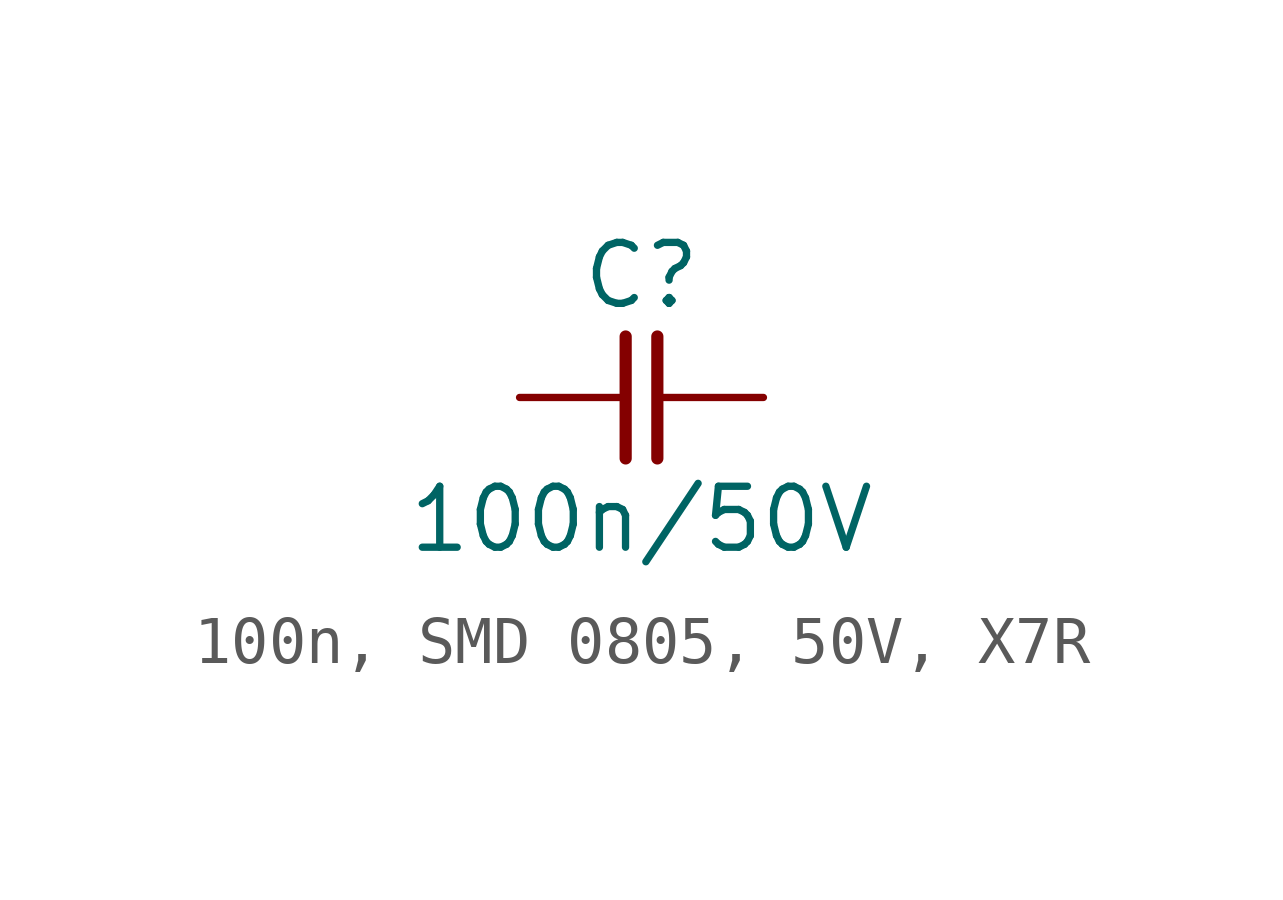
<source format=kicad_sym>
(kicad_symbol_lib
  (version 20220914)
  (generator kicad_symbol_editor)
  (symbol "100n, SMD 0805, 50V, X7R"
    (pin_numbers hide)
    (pin_names
      (offset 0) hide)
    (property "Reference" "C"
      (at 0 2.54 0)
      (effects (font (size 1.27 1.27))))
    (property "Value" "100n/50V"
      (at 0 -2.54 0)
      (effects (font (size 1.27 1.27))))
    (symbol "100n, SMD 0805, 50V, X7R_0_1"
      (polyline (pts (xy -0.33 1.27) (xy -0.33 -1.27)) (stroke (width 0.254) (type default)) (fill (type none)))
      (polyline (pts (xy 0.33 1.27) (xy 0.33 -1.27)) (stroke (width 0.254) (type default)) (fill (type none))))
    (symbol "100n, SMD 0805, 50V, X7R_1_1"
      (pin passive line (at -2.54 0 0) (length 2.21) (name "1" (effects (font (size 1.27 1.27)))) (number "1" (effects (font (size 1.27 1.27)))))
      (pin passive line (at 2.54 0 180) (length 2.21) (name "2" (effects (font (size 1.27 1.27)))) (number "2" (effects (font (size 1.27 1.27))))))))
</source>
